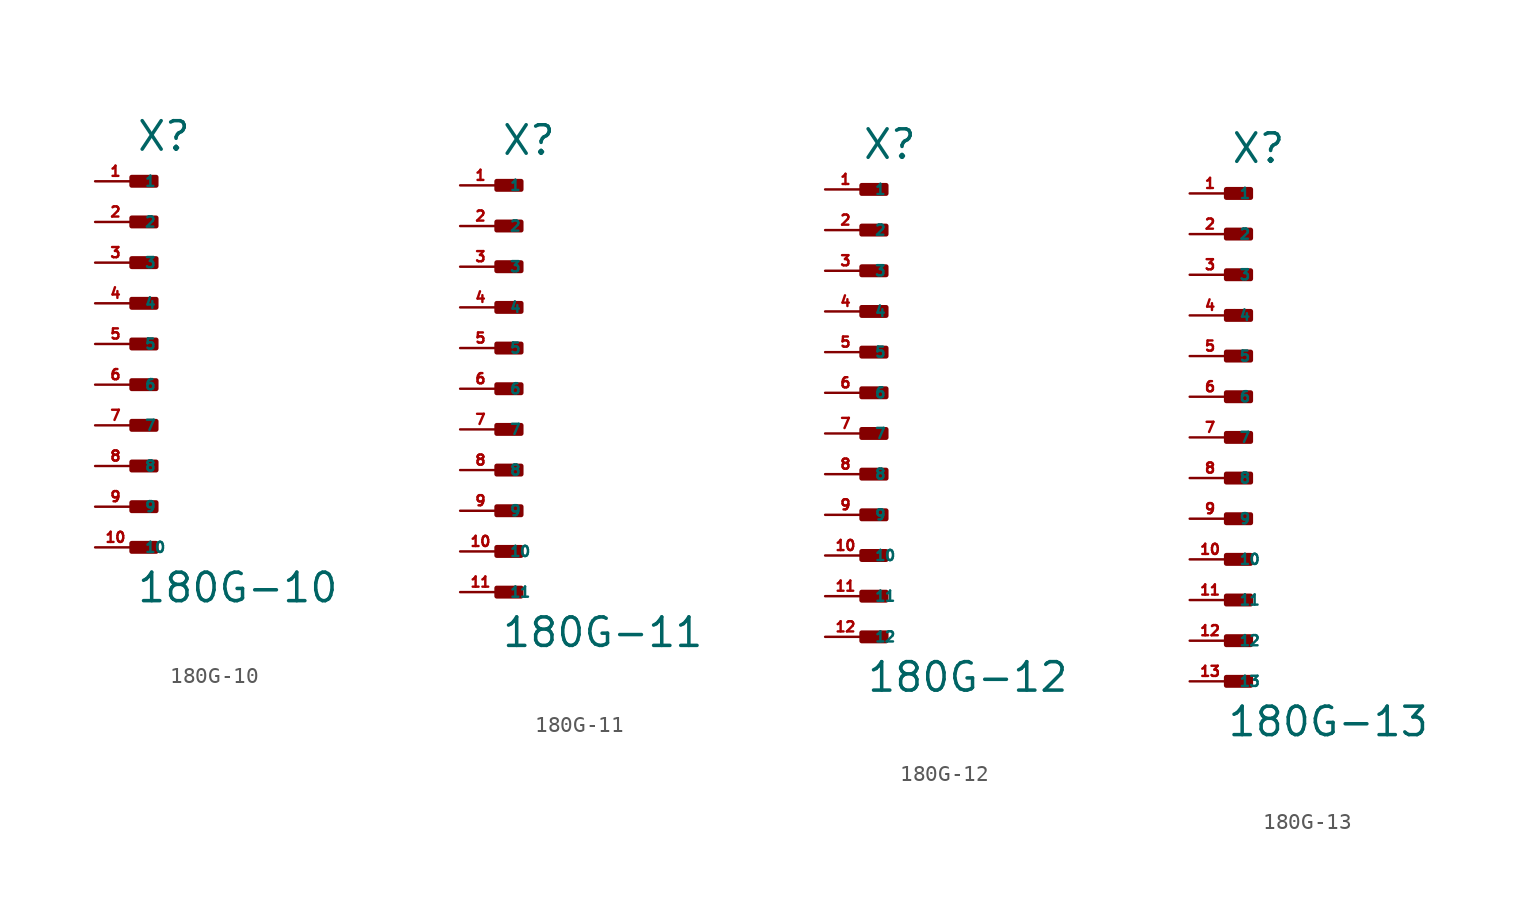
<source format=kicad_sym>
(kicad_symbol_lib
  (version 20220914)
  (generator Eagle2Kicad)
  (symbol "180G-10"
    (property "Reference" "X"
      (at 0 11.938 0)
      (effects (font (size 1.778 1.778) (thickness 0.22)) (justify left bottom)))
    (property "Value" "180G-10"
      (at 0 -16.256 0)
      (effects (font (size 1.778 1.778) (thickness 0.22)) (justify left bottom)))
    (rectangle
      (start -0.254 9.906)
      (end 1.27 10.414)
      (stroke (width 0.3) (type default))
      (fill (type outline)))
    (rectangle
      (start -0.254 7.366)
      (end 1.27 7.874)
      (stroke (width 0.3) (type default))
      (fill (type outline)))
    (rectangle
      (start -0.254 4.826)
      (end 1.27 5.334)
      (stroke (width 0.3) (type default))
      (fill (type outline)))
    (rectangle
      (start -0.254 2.286)
      (end 1.27 2.794)
      (stroke (width 0.3) (type default))
      (fill (type outline)))
    (rectangle
      (start -0.254 -0.254)
      (end 1.27 0.254)
      (stroke (width 0.3) (type default))
      (fill (type outline)))
    (rectangle
      (start -0.254 -2.794)
      (end 1.27 -2.286)
      (stroke (width 0.3) (type default))
      (fill (type outline)))
    (rectangle
      (start -0.254 -5.334)
      (end 1.27 -4.826)
      (stroke (width 0.3) (type default))
      (fill (type outline)))
    (rectangle
      (start -0.254 -7.874)
      (end 1.27 -7.366)
      (stroke (width 0.3) (type default))
      (fill (type outline)))
    (rectangle
      (start -0.254 -10.414)
      (end 1.27 -9.906)
      (stroke (width 0.3) (type default))
      (fill (type outline)))
    (rectangle
      (start -0.254 -12.954)
      (end 1.27 -12.446)
      (stroke (width 0.3) (type default))
      (fill (type outline)))
    (pin passive line
      (at -2.54 10.16 0)
      (length 2.54)
      (name "1" (effects (font (size 0.635 0.635) (thickness 0.08)) (justify left bottom)))
      (number "1" (effects (font (size 0.635 0.635) (thickness 0.08)) (justify left bottom))))
    (pin passive line
      (at -2.54 7.62 0)
      (length 2.54)
      (name "2" (effects (font (size 0.635 0.635) (thickness 0.08)) (justify left bottom)))
      (number "2" (effects (font (size 0.635 0.635) (thickness 0.08)) (justify left bottom))))
    (pin passive line
      (at -2.54 5.08 0)
      (length 2.54)
      (name "3" (effects (font (size 0.635 0.635) (thickness 0.08)) (justify left bottom)))
      (number "3" (effects (font (size 0.635 0.635) (thickness 0.08)) (justify left bottom))))
    (pin passive line
      (at -2.54 2.54 0)
      (length 2.54)
      (name "4" (effects (font (size 0.635 0.635) (thickness 0.08)) (justify left bottom)))
      (number "4" (effects (font (size 0.635 0.635) (thickness 0.08)) (justify left bottom))))
    (pin passive line
      (at -2.54 0 0)
      (length 2.54)
      (name "5" (effects (font (size 0.635 0.635) (thickness 0.08)) (justify left bottom)))
      (number "5" (effects (font (size 0.635 0.635) (thickness 0.08)) (justify left bottom))))
    (pin passive line
      (at -2.54 -2.54 0)
      (length 2.54)
      (name "6" (effects (font (size 0.635 0.635) (thickness 0.08)) (justify left bottom)))
      (number "6" (effects (font (size 0.635 0.635) (thickness 0.08)) (justify left bottom))))
    (pin passive line
      (at -2.54 -5.08 0)
      (length 2.54)
      (name "7" (effects (font (size 0.635 0.635) (thickness 0.08)) (justify left bottom)))
      (number "7" (effects (font (size 0.635 0.635) (thickness 0.08)) (justify left bottom))))
    (pin passive line
      (at -2.54 -7.62 0)
      (length 2.54)
      (name "8" (effects (font (size 0.635 0.635) (thickness 0.08)) (justify left bottom)))
      (number "8" (effects (font (size 0.635 0.635) (thickness 0.08)) (justify left bottom))))
    (pin passive line
      (at -2.54 -10.16 0)
      (length 2.54)
      (name "9" (effects (font (size 0.635 0.635) (thickness 0.08)) (justify left bottom)))
      (number "9" (effects (font (size 0.635 0.635) (thickness 0.08)) (justify left bottom))))
    (pin passive line
      (at -2.54 -12.7 0)
      (length 2.54)
      (name "10" (effects (font (size 0.635 0.635) (thickness 0.08)) (justify left bottom)))
      (number "10" (effects (font (size 0.635 0.635) (thickness 0.08)) (justify left bottom)))))
  (symbol "180G-11"
    (property "Reference" "X"
      (at 0 14.478 0)
      (effects (font (size 1.778 1.778) (thickness 0.22)) (justify left bottom)))
    (property "Value" "180G-11"
      (at 0 -16.256 0)
      (effects (font (size 1.778 1.778) (thickness 0.22)) (justify left bottom)))
    (rectangle
      (start -0.254 12.446)
      (end 1.27 12.954)
      (stroke (width 0.3) (type default))
      (fill (type outline)))
    (rectangle
      (start -0.254 9.906)
      (end 1.27 10.414)
      (stroke (width 0.3) (type default))
      (fill (type outline)))
    (rectangle
      (start -0.254 7.366)
      (end 1.27 7.874)
      (stroke (width 0.3) (type default))
      (fill (type outline)))
    (rectangle
      (start -0.254 4.826)
      (end 1.27 5.334)
      (stroke (width 0.3) (type default))
      (fill (type outline)))
    (rectangle
      (start -0.254 2.286)
      (end 1.27 2.794)
      (stroke (width 0.3) (type default))
      (fill (type outline)))
    (rectangle
      (start -0.254 -0.254)
      (end 1.27 0.254)
      (stroke (width 0.3) (type default))
      (fill (type outline)))
    (rectangle
      (start -0.254 -2.794)
      (end 1.27 -2.286)
      (stroke (width 0.3) (type default))
      (fill (type outline)))
    (rectangle
      (start -0.254 -5.334)
      (end 1.27 -4.826)
      (stroke (width 0.3) (type default))
      (fill (type outline)))
    (rectangle
      (start -0.254 -7.874)
      (end 1.27 -7.366)
      (stroke (width 0.3) (type default))
      (fill (type outline)))
    (rectangle
      (start -0.254 -10.414)
      (end 1.27 -9.906)
      (stroke (width 0.3) (type default))
      (fill (type outline)))
    (rectangle
      (start -0.254 -12.954)
      (end 1.27 -12.446)
      (stroke (width 0.3) (type default))
      (fill (type outline)))
    (pin passive line
      (at -2.54 12.7 0)
      (length 2.54)
      (name "1" (effects (font (size 0.635 0.635) (thickness 0.08)) (justify left bottom)))
      (number "1" (effects (font (size 0.635 0.635) (thickness 0.08)) (justify left bottom))))
    (pin passive line
      (at -2.54 10.16 0)
      (length 2.54)
      (name "2" (effects (font (size 0.635 0.635) (thickness 0.08)) (justify left bottom)))
      (number "2" (effects (font (size 0.635 0.635) (thickness 0.08)) (justify left bottom))))
    (pin passive line
      (at -2.54 7.62 0)
      (length 2.54)
      (name "3" (effects (font (size 0.635 0.635) (thickness 0.08)) (justify left bottom)))
      (number "3" (effects (font (size 0.635 0.635) (thickness 0.08)) (justify left bottom))))
    (pin passive line
      (at -2.54 5.08 0)
      (length 2.54)
      (name "4" (effects (font (size 0.635 0.635) (thickness 0.08)) (justify left bottom)))
      (number "4" (effects (font (size 0.635 0.635) (thickness 0.08)) (justify left bottom))))
    (pin passive line
      (at -2.54 2.54 0)
      (length 2.54)
      (name "5" (effects (font (size 0.635 0.635) (thickness 0.08)) (justify left bottom)))
      (number "5" (effects (font (size 0.635 0.635) (thickness 0.08)) (justify left bottom))))
    (pin passive line
      (at -2.54 0 0)
      (length 2.54)
      (name "6" (effects (font (size 0.635 0.635) (thickness 0.08)) (justify left bottom)))
      (number "6" (effects (font (size 0.635 0.635) (thickness 0.08)) (justify left bottom))))
    (pin passive line
      (at -2.54 -2.54 0)
      (length 2.54)
      (name "7" (effects (font (size 0.635 0.635) (thickness 0.08)) (justify left bottom)))
      (number "7" (effects (font (size 0.635 0.635) (thickness 0.08)) (justify left bottom))))
    (pin passive line
      (at -2.54 -5.08 0)
      (length 2.54)
      (name "8" (effects (font (size 0.635 0.635) (thickness 0.08)) (justify left bottom)))
      (number "8" (effects (font (size 0.635 0.635) (thickness 0.08)) (justify left bottom))))
    (pin passive line
      (at -2.54 -7.62 0)
      (length 2.54)
      (name "9" (effects (font (size 0.635 0.635) (thickness 0.08)) (justify left bottom)))
      (number "9" (effects (font (size 0.635 0.635) (thickness 0.08)) (justify left bottom))))
    (pin passive line
      (at -2.54 -10.16 0)
      (length 2.54)
      (name "10" (effects (font (size 0.635 0.635) (thickness 0.08)) (justify left bottom)))
      (number "10" (effects (font (size 0.635 0.635) (thickness 0.08)) (justify left bottom))))
    (pin passive line
      (at -2.54 -12.7 0)
      (length 2.54)
      (name "11" (effects (font (size 0.635 0.635) (thickness 0.08)) (justify left bottom)))
      (number "11" (effects (font (size 0.635 0.635) (thickness 0.08)) (justify left bottom)))))
  (symbol "180G-12"
    (property "Reference" "X"
      (at -0.254 14.478 0)
      (effects (font (size 1.778 1.778) (thickness 0.22)) (justify left bottom)))
    (property "Value" "180G-12"
      (at 0 -18.796 0)
      (effects (font (size 1.778 1.778) (thickness 0.22)) (justify left bottom)))
    (rectangle
      (start -0.254 12.446)
      (end 1.27 12.954)
      (stroke (width 0.3) (type default))
      (fill (type outline)))
    (rectangle
      (start -0.254 9.906)
      (end 1.27 10.414)
      (stroke (width 0.3) (type default))
      (fill (type outline)))
    (rectangle
      (start -0.254 7.366)
      (end 1.27 7.874)
      (stroke (width 0.3) (type default))
      (fill (type outline)))
    (rectangle
      (start -0.254 4.826)
      (end 1.27 5.334)
      (stroke (width 0.3) (type default))
      (fill (type outline)))
    (rectangle
      (start -0.254 2.286)
      (end 1.27 2.794)
      (stroke (width 0.3) (type default))
      (fill (type outline)))
    (rectangle
      (start -0.254 -0.254)
      (end 1.27 0.254)
      (stroke (width 0.3) (type default))
      (fill (type outline)))
    (rectangle
      (start -0.254 -2.794)
      (end 1.27 -2.286)
      (stroke (width 0.3) (type default))
      (fill (type outline)))
    (rectangle
      (start -0.254 -5.334)
      (end 1.27 -4.826)
      (stroke (width 0.3) (type default))
      (fill (type outline)))
    (rectangle
      (start -0.254 -7.874)
      (end 1.27 -7.366)
      (stroke (width 0.3) (type default))
      (fill (type outline)))
    (rectangle
      (start -0.254 -10.414)
      (end 1.27 -9.906)
      (stroke (width 0.3) (type default))
      (fill (type outline)))
    (rectangle
      (start -0.254 -12.954)
      (end 1.27 -12.446)
      (stroke (width 0.3) (type default))
      (fill (type outline)))
    (rectangle
      (start -0.254 -15.494)
      (end 1.27 -14.986)
      (stroke (width 0.3) (type default))
      (fill (type outline)))
    (pin passive line
      (at -2.54 12.7 0)
      (length 2.54)
      (name "1" (effects (font (size 0.635 0.635) (thickness 0.08)) (justify left bottom)))
      (number "1" (effects (font (size 0.635 0.635) (thickness 0.08)) (justify left bottom))))
    (pin passive line
      (at -2.54 10.16 0)
      (length 2.54)
      (name "2" (effects (font (size 0.635 0.635) (thickness 0.08)) (justify left bottom)))
      (number "2" (effects (font (size 0.635 0.635) (thickness 0.08)) (justify left bottom))))
    (pin passive line
      (at -2.54 7.62 0)
      (length 2.54)
      (name "3" (effects (font (size 0.635 0.635) (thickness 0.08)) (justify left bottom)))
      (number "3" (effects (font (size 0.635 0.635) (thickness 0.08)) (justify left bottom))))
    (pin passive line
      (at -2.54 5.08 0)
      (length 2.54)
      (name "4" (effects (font (size 0.635 0.635) (thickness 0.08)) (justify left bottom)))
      (number "4" (effects (font (size 0.635 0.635) (thickness 0.08)) (justify left bottom))))
    (pin passive line
      (at -2.54 2.54 0)
      (length 2.54)
      (name "5" (effects (font (size 0.635 0.635) (thickness 0.08)) (justify left bottom)))
      (number "5" (effects (font (size 0.635 0.635) (thickness 0.08)) (justify left bottom))))
    (pin passive line
      (at -2.54 0 0)
      (length 2.54)
      (name "6" (effects (font (size 0.635 0.635) (thickness 0.08)) (justify left bottom)))
      (number "6" (effects (font (size 0.635 0.635) (thickness 0.08)) (justify left bottom))))
    (pin passive line
      (at -2.54 -2.54 0)
      (length 2.54)
      (name "7" (effects (font (size 0.635 0.635) (thickness 0.08)) (justify left bottom)))
      (number "7" (effects (font (size 0.635 0.635) (thickness 0.08)) (justify left bottom))))
    (pin passive line
      (at -2.54 -5.08 0)
      (length 2.54)
      (name "8" (effects (font (size 0.635 0.635) (thickness 0.08)) (justify left bottom)))
      (number "8" (effects (font (size 0.635 0.635) (thickness 0.08)) (justify left bottom))))
    (pin passive line
      (at -2.54 -7.62 0)
      (length 2.54)
      (name "9" (effects (font (size 0.635 0.635) (thickness 0.08)) (justify left bottom)))
      (number "9" (effects (font (size 0.635 0.635) (thickness 0.08)) (justify left bottom))))
    (pin passive line
      (at -2.54 -10.16 0)
      (length 2.54)
      (name "10" (effects (font (size 0.635 0.635) (thickness 0.08)) (justify left bottom)))
      (number "10" (effects (font (size 0.635 0.635) (thickness 0.08)) (justify left bottom))))
    (pin passive line
      (at -2.54 -12.7 0)
      (length 2.54)
      (name "11" (effects (font (size 0.635 0.635) (thickness 0.08)) (justify left bottom)))
      (number "11" (effects (font (size 0.635 0.635) (thickness 0.08)) (justify left bottom))))
    (pin passive line
      (at -2.54 -15.24 0)
      (length 2.54)
      (name "12" (effects (font (size 0.635 0.635) (thickness 0.08)) (justify left bottom)))
      (number "12" (effects (font (size 0.635 0.635) (thickness 0.08)) (justify left bottom)))))
  (symbol "180G-13"
    (property "Reference" "X"
      (at 0 17.018 0)
      (effects (font (size 1.778 1.778) (thickness 0.22)) (justify left bottom)))
    (property "Value" "180G-13"
      (at -0.254 -18.796 0)
      (effects (font (size 1.778 1.778) (thickness 0.22)) (justify left bottom)))
    (rectangle
      (start -0.254 14.986)
      (end 1.27 15.494)
      (stroke (width 0.3) (type default))
      (fill (type outline)))
    (rectangle
      (start -0.254 12.446)
      (end 1.27 12.954)
      (stroke (width 0.3) (type default))
      (fill (type outline)))
    (rectangle
      (start -0.254 9.906)
      (end 1.27 10.414)
      (stroke (width 0.3) (type default))
      (fill (type outline)))
    (rectangle
      (start -0.254 7.366)
      (end 1.27 7.874)
      (stroke (width 0.3) (type default))
      (fill (type outline)))
    (rectangle
      (start -0.254 4.826)
      (end 1.27 5.334)
      (stroke (width 0.3) (type default))
      (fill (type outline)))
    (rectangle
      (start -0.254 2.286)
      (end 1.27 2.794)
      (stroke (width 0.3) (type default))
      (fill (type outline)))
    (rectangle
      (start -0.254 -0.254)
      (end 1.27 0.254)
      (stroke (width 0.3) (type default))
      (fill (type outline)))
    (rectangle
      (start -0.254 -2.794)
      (end 1.27 -2.286)
      (stroke (width 0.3) (type default))
      (fill (type outline)))
    (rectangle
      (start -0.254 -5.334)
      (end 1.27 -4.826)
      (stroke (width 0.3) (type default))
      (fill (type outline)))
    (rectangle
      (start -0.254 -7.874)
      (end 1.27 -7.366)
      (stroke (width 0.3) (type default))
      (fill (type outline)))
    (rectangle
      (start -0.254 -10.414)
      (end 1.27 -9.906)
      (stroke (width 0.3) (type default))
      (fill (type outline)))
    (rectangle
      (start -0.254 -12.954)
      (end 1.27 -12.446)
      (stroke (width 0.3) (type default))
      (fill (type outline)))
    (rectangle
      (start -0.254 -15.494)
      (end 1.27 -14.986)
      (stroke (width 0.3) (type default))
      (fill (type outline)))
    (pin passive line
      (at -2.54 15.24 0)
      (length 2.54)
      (name "1" (effects (font (size 0.635 0.635) (thickness 0.08)) (justify left bottom)))
      (number "1" (effects (font (size 0.635 0.635) (thickness 0.08)) (justify left bottom))))
    (pin passive line
      (at -2.54 12.7 0)
      (length 2.54)
      (name "2" (effects (font (size 0.635 0.635) (thickness 0.08)) (justify left bottom)))
      (number "2" (effects (font (size 0.635 0.635) (thickness 0.08)) (justify left bottom))))
    (pin passive line
      (at -2.54 10.16 0)
      (length 2.54)
      (name "3" (effects (font (size 0.635 0.635) (thickness 0.08)) (justify left bottom)))
      (number "3" (effects (font (size 0.635 0.635) (thickness 0.08)) (justify left bottom))))
    (pin passive line
      (at -2.54 7.62 0)
      (length 2.54)
      (name "4" (effects (font (size 0.635 0.635) (thickness 0.08)) (justify left bottom)))
      (number "4" (effects (font (size 0.635 0.635) (thickness 0.08)) (justify left bottom))))
    (pin passive line
      (at -2.54 5.08 0)
      (length 2.54)
      (name "5" (effects (font (size 0.635 0.635) (thickness 0.08)) (justify left bottom)))
      (number "5" (effects (font (size 0.635 0.635) (thickness 0.08)) (justify left bottom))))
    (pin passive line
      (at -2.54 2.54 0)
      (length 2.54)
      (name "6" (effects (font (size 0.635 0.635) (thickness 0.08)) (justify left bottom)))
      (number "6" (effects (font (size 0.635 0.635) (thickness 0.08)) (justify left bottom))))
    (pin passive line
      (at -2.54 0 0)
      (length 2.54)
      (name "7" (effects (font (size 0.635 0.635) (thickness 0.08)) (justify left bottom)))
      (number "7" (effects (font (size 0.635 0.635) (thickness 0.08)) (justify left bottom))))
    (pin passive line
      (at -2.54 -2.54 0)
      (length 2.54)
      (name "8" (effects (font (size 0.635 0.635) (thickness 0.08)) (justify left bottom)))
      (number "8" (effects (font (size 0.635 0.635) (thickness 0.08)) (justify left bottom))))
    (pin passive line
      (at -2.54 -5.08 0)
      (length 2.54)
      (name "9" (effects (font (size 0.635 0.635) (thickness 0.08)) (justify left bottom)))
      (number "9" (effects (font (size 0.635 0.635) (thickness 0.08)) (justify left bottom))))
    (pin passive line
      (at -2.54 -7.62 0)
      (length 2.54)
      (name "10" (effects (font (size 0.635 0.635) (thickness 0.08)) (justify left bottom)))
      (number "10" (effects (font (size 0.635 0.635) (thickness 0.08)) (justify left bottom))))
    (pin passive line
      (at -2.54 -10.16 0)
      (length 2.54)
      (name "11" (effects (font (size 0.635 0.635) (thickness 0.08)) (justify left bottom)))
      (number "11" (effects (font (size 0.635 0.635) (thickness 0.08)) (justify left bottom))))
    (pin passive line
      (at -2.54 -12.7 0)
      (length 2.54)
      (name "12" (effects (font (size 0.635 0.635) (thickness 0.08)) (justify left bottom)))
      (number "12" (effects (font (size 0.635 0.635) (thickness 0.08)) (justify left bottom))))
    (pin passive line
      (at -2.54 -15.24 0)
      (length 2.54)
      (name "13" (effects (font (size 0.635 0.635) (thickness 0.08)) (justify left bottom)))
      (number "13" (effects (font (size 0.635 0.635) (thickness 0.08)) (justify left bottom))))))
</source>
